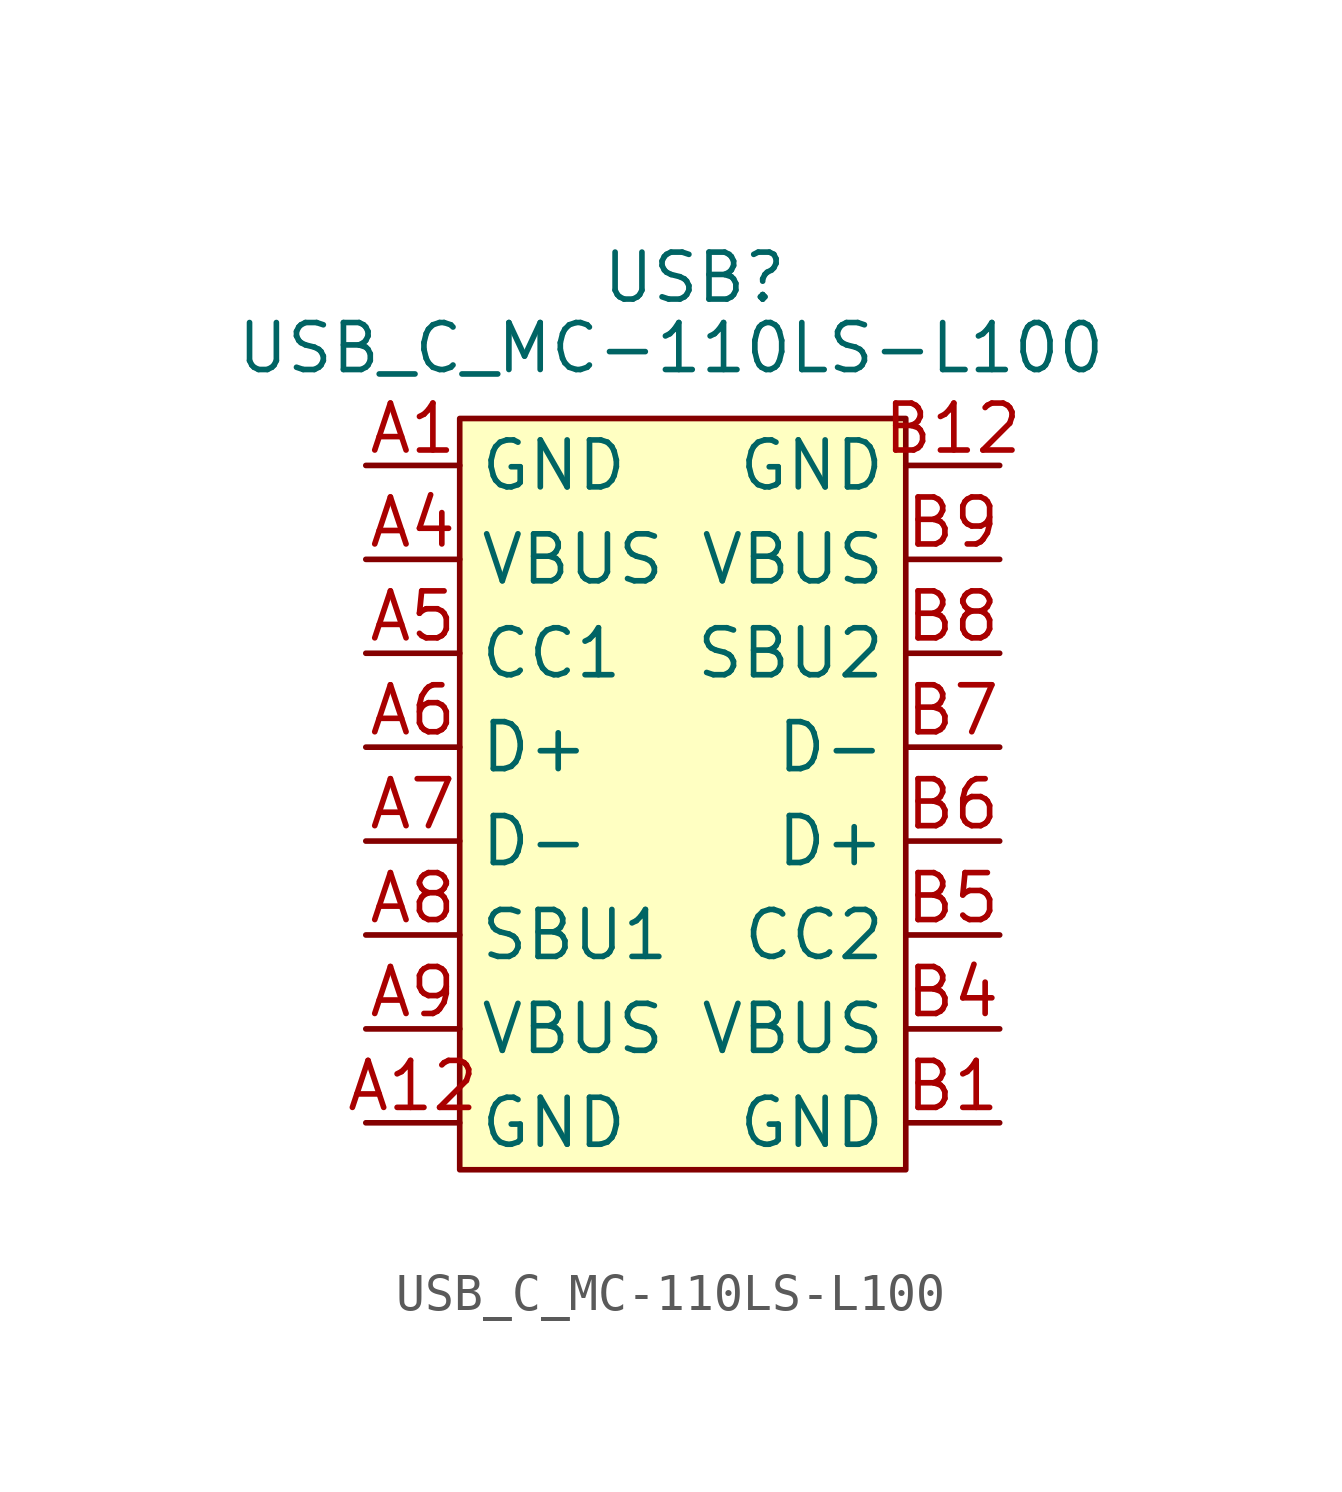
<source format=kicad_sym>
(kicad_symbol_lib
  (version 20211014)
  (generator kicad_symbol_editor)
  (symbol "USB_C_MC-110LS-L100"
    (property "Reference" "USB"
      (at 0 13.97 0)
      (effects (font (size 1.27 1.27))))
    (property "Value" "USB_C_MC-110LS-L100"
      (at -0.635 12.065 0)
      (effects (font (size 1.27 1.27))))
    (symbol "USB_C_MC-110LS-L100_0_1"
      (rectangle (start -6.35 10.16) (end 5.715 -10.16) (stroke (width 0) (type default) (color 0 0 0 0)) (fill (type background))))
    (symbol "USB_C_MC-110LS-L100_1_1"
      (pin input line (at -8.89 8.89 0) (length 2.54) (name "GND" (effects (font (size 1.27 1.27)))) (number "A1" (effects (font (size 1.27 1.27)))))
      (pin input line (at -8.89 -8.89 0) (length 2.54) (name "GND" (effects (font (size 1.27 1.27)))) (number "A12" (effects (font (size 1.27 1.27)))))
      (pin input line (at -8.89 6.35 0) (length 2.54) (name "VBUS" (effects (font (size 1.27 1.27)))) (number "A4" (effects (font (size 1.27 1.27)))))
      (pin input line (at -8.89 3.81 0) (length 2.54) (name "CC1" (effects (font (size 1.27 1.27)))) (number "A5" (effects (font (size 1.27 1.27)))))
      (pin input line (at -8.89 1.27 0) (length 2.54) (name "D+" (effects (font (size 1.27 1.27)))) (number "A6" (effects (font (size 1.27 1.27)))))
      (pin input line (at -8.89 -1.27 0) (length 2.54) (name "D-" (effects (font (size 1.27 1.27)))) (number "A7" (effects (font (size 1.27 1.27)))))
      (pin input line (at -8.89 -3.81 0) (length 2.54) (name "SBU1" (effects (font (size 1.27 1.27)))) (number "A8" (effects (font (size 1.27 1.27)))))
      (pin input line (at -8.89 -6.35 0) (length 2.54) (name "VBUS" (effects (font (size 1.27 1.27)))) (number "A9" (effects (font (size 1.27 1.27)))))
      (pin input line (at 8.255 -8.89 180) (length 2.54) (name "GND" (effects (font (size 1.27 1.27)))) (number "B1" (effects (font (size 1.27 1.27)))))
      (pin input line (at 8.255 8.89 180) (length 2.54) (name "GND" (effects (font (size 1.27 1.27)))) (number "B12" (effects (font (size 1.27 1.27)))))
      (pin input line (at 8.255 -6.35 180) (length 2.54) (name "VBUS" (effects (font (size 1.27 1.27)))) (number "B4" (effects (font (size 1.27 1.27)))))
      (pin input line (at 8.255 -3.81 180) (length 2.54) (name "CC2" (effects (font (size 1.27 1.27)))) (number "B5" (effects (font (size 1.27 1.27)))))
      (pin input line (at 8.255 -1.27 180) (length 2.54) (name "D+" (effects (font (size 1.27 1.27)))) (number "B6" (effects (font (size 1.27 1.27)))))
      (pin input line (at 8.255 1.27 180) (length 2.54) (name "D-" (effects (font (size 1.27 1.27)))) (number "B7" (effects (font (size 1.27 1.27)))))
      (pin input line (at 8.255 3.81 180) (length 2.54) (name "SBU2" (effects (font (size 1.27 1.27)))) (number "B8" (effects (font (size 1.27 1.27)))))
      (pin input line (at 8.255 6.35 180) (length 2.54) (name "VBUS" (effects (font (size 1.27 1.27)))) (number "B9" (effects (font (size 1.27 1.27))))))))
</source>
